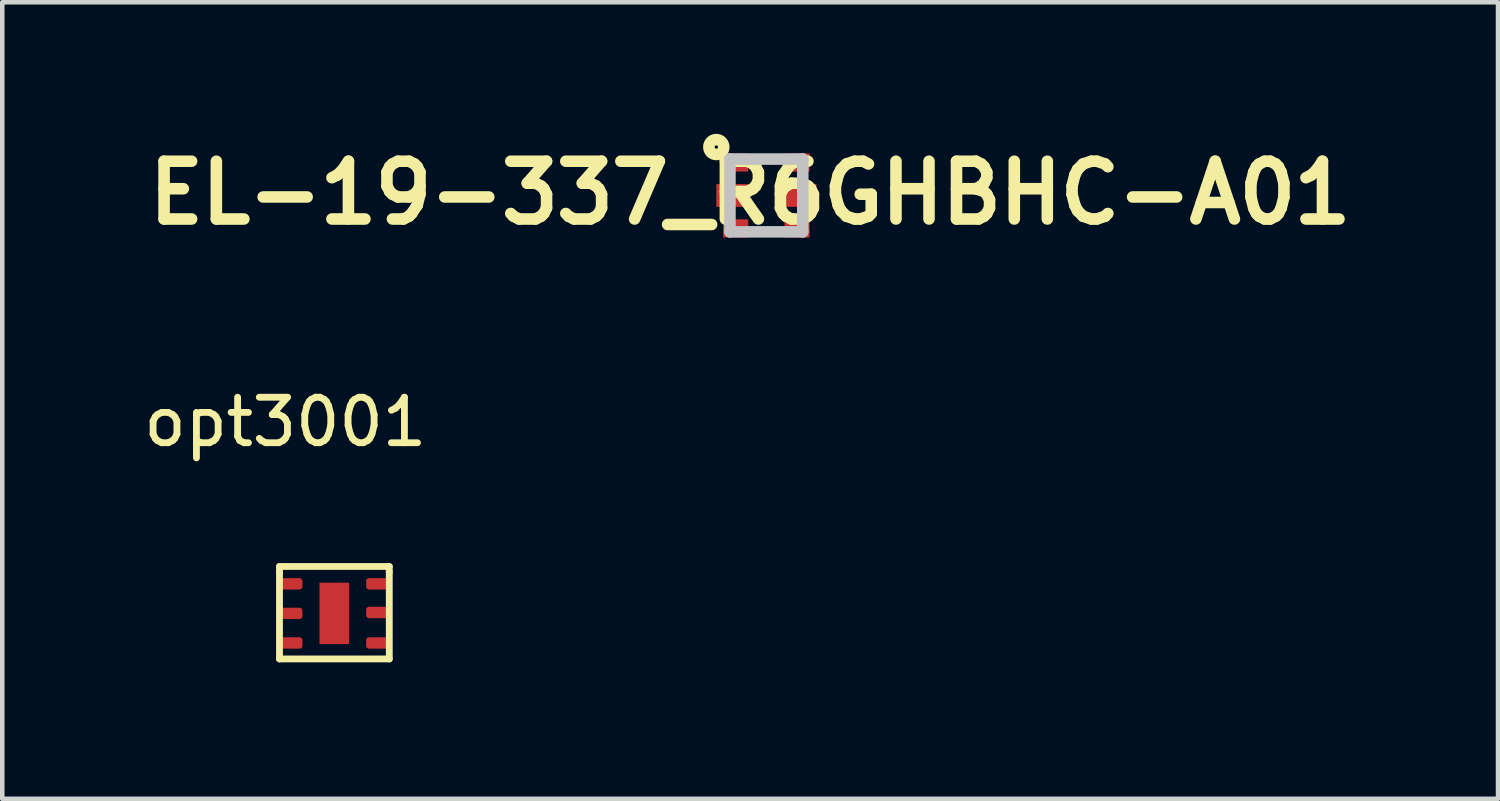
<source format=kicad_pcb>
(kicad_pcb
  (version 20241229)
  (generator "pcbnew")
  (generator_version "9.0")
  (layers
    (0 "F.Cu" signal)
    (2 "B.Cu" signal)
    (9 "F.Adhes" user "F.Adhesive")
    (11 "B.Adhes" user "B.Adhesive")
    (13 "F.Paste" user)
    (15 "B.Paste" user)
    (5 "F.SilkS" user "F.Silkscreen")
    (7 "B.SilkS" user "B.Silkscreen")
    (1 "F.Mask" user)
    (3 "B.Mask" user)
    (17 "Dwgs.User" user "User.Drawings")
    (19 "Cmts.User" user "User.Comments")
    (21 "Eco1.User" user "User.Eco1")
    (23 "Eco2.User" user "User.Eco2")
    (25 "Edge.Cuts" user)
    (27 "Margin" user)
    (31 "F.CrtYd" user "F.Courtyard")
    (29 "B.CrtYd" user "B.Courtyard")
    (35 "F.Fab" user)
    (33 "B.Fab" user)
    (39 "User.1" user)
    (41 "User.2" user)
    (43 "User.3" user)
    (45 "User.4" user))
  (footprint "EL-19-337_R6GHBHC-A01"
    (layer "F.Cu")
    (at 13.794 1.246)
    (property "Reference" "EL-19-337_R6GHBHC-A01" (at -0.356 -0.057 0) (layer "F.SilkS") (effects (font (size 1.27 1.27) (thickness 0.254))))
    (attr smd)
    (fp_circle (center -1.1 -1.064) (end -1.1 -1.027) (stroke (width 0.254) (type solid)) (fill no) (layer "F.SilkS"))
    (fp_line (start -0.8 -0.8) (end 0.8 -0.8) (stroke (width 0.254) (type solid)) (layer "Dwgs.User"))
    (fp_line (start -0.8 0.8) (end -0.8 -0.8) (stroke (width 0.254) (type solid)) (layer "Dwgs.User"))
    (fp_line (start 0.8 -0.8) (end 0.8 0.8) (stroke (width 0.254) (type solid)) (layer "Dwgs.User"))
    (fp_line (start 0.8 0.8) (end -0.8 0.8) (stroke (width 0.254) (type solid)) (layer "Dwgs.User"))
    (pad "1" smd rect (at -0.675 -0.725 90) (size 0.4 0.55) (layers "F.Cu" "F.Paste"))
    (pad "2" smd rect (at -0.75 0 90) (size 0.5 0.7) (layers "F.Cu" "F.Paste"))
    (pad "3" smd rect (at -0.675 0.725 90) (size 0.4 0.55) (layers "F.Cu" "F.Paste"))
    (pad "4" smd rect (at 0.675 -0.725 90) (size 0.4 0.55) (layers "F.Cu" "F.Paste"))
    (pad "5" smd rect (at 0.75 0 90) (size 0.5 0.7) (layers "F.Cu" "F.Paste"))
    (pad "6" smd rect (at 0.675 0.725 90) (size 0.4 0.55) (layers "F.Cu" "F.Paste")))
  (footprint "opt3001"
    (layer "F.Cu")
    (at 3.347 9.782)
    (property "Reference" "opt3001" (at -0.127 -3.556 0) (layer "F.SilkS") (effects (font (size 1 1) (thickness 0.15))))
    (attr through_hole)
    (fp_line (start -0.254 -0.381) (end -0.254 -0.254) (stroke (width 0.15) (type solid)) (layer "F.SilkS"))
    (fp_line (start -0.254 -0.254) (end -0.254 1.651) (stroke (width 0.15) (type solid)) (layer "F.SilkS"))
    (fp_line (start -0.254 1.651) (end 2.159 1.651) (stroke (width 0.15) (type solid)) (layer "F.SilkS"))
    (fp_line (start 2.159 -0.381) (end -0.254 -0.381) (stroke (width 0.15) (type solid)) (layer "F.SilkS"))
    (fp_line (start 2.159 -0.254) (end 2.159 -0.381) (stroke (width 0.15) (type solid)) (layer "F.SilkS"))
    (fp_line (start 2.159 1.651) (end 2.159 -0.254) (stroke (width 0.15) (type solid)) (layer "F.SilkS"))
    (pad "1" smd roundrect (at 0 0) (size 0.5 0.25) (layers "F.Cu" "F.Mask" "F.Paste") (roundrect_rratio 0.25))
    (pad "2" smd roundrect (at 0 0.65) (size 0.5 0.25) (layers "F.Cu" "F.Mask" "F.Paste") (roundrect_rratio 0.25))
    (pad "3" smd roundrect (at 0 1.3) (size 0.5 0.25) (layers "F.Cu" "F.Mask" "F.Paste") (roundrect_rratio 0.25))
    (pad "4" smd roundrect (at 1.9 1.3) (size 0.5 0.25) (layers "F.Cu" "F.Mask" "F.Paste") (roundrect_rratio 0.25))
    (pad "5" smd roundrect (at 1.9 0.63) (size 0.5 0.25) (layers "F.Cu" "F.Mask" "F.Paste") (roundrect_rratio 0.25))
    (pad "6" smd roundrect (at 1.9 0) (size 0.5 0.25) (layers "F.Cu" "F.Mask" "F.Paste") (roundrect_rratio 0.25))
    (pad "7" smd rect (at 0.95 0.65) (size 0.65 1.35) (layers "F.Cu" "F.Mask" "F.Paste")))
  (gr_rect
    (start -3 -3)
    (end 29.876 14.508)
    (stroke (width 0.1) (type default))
    (fill no)
    (layer "Edge.Cuts")))
</source>
